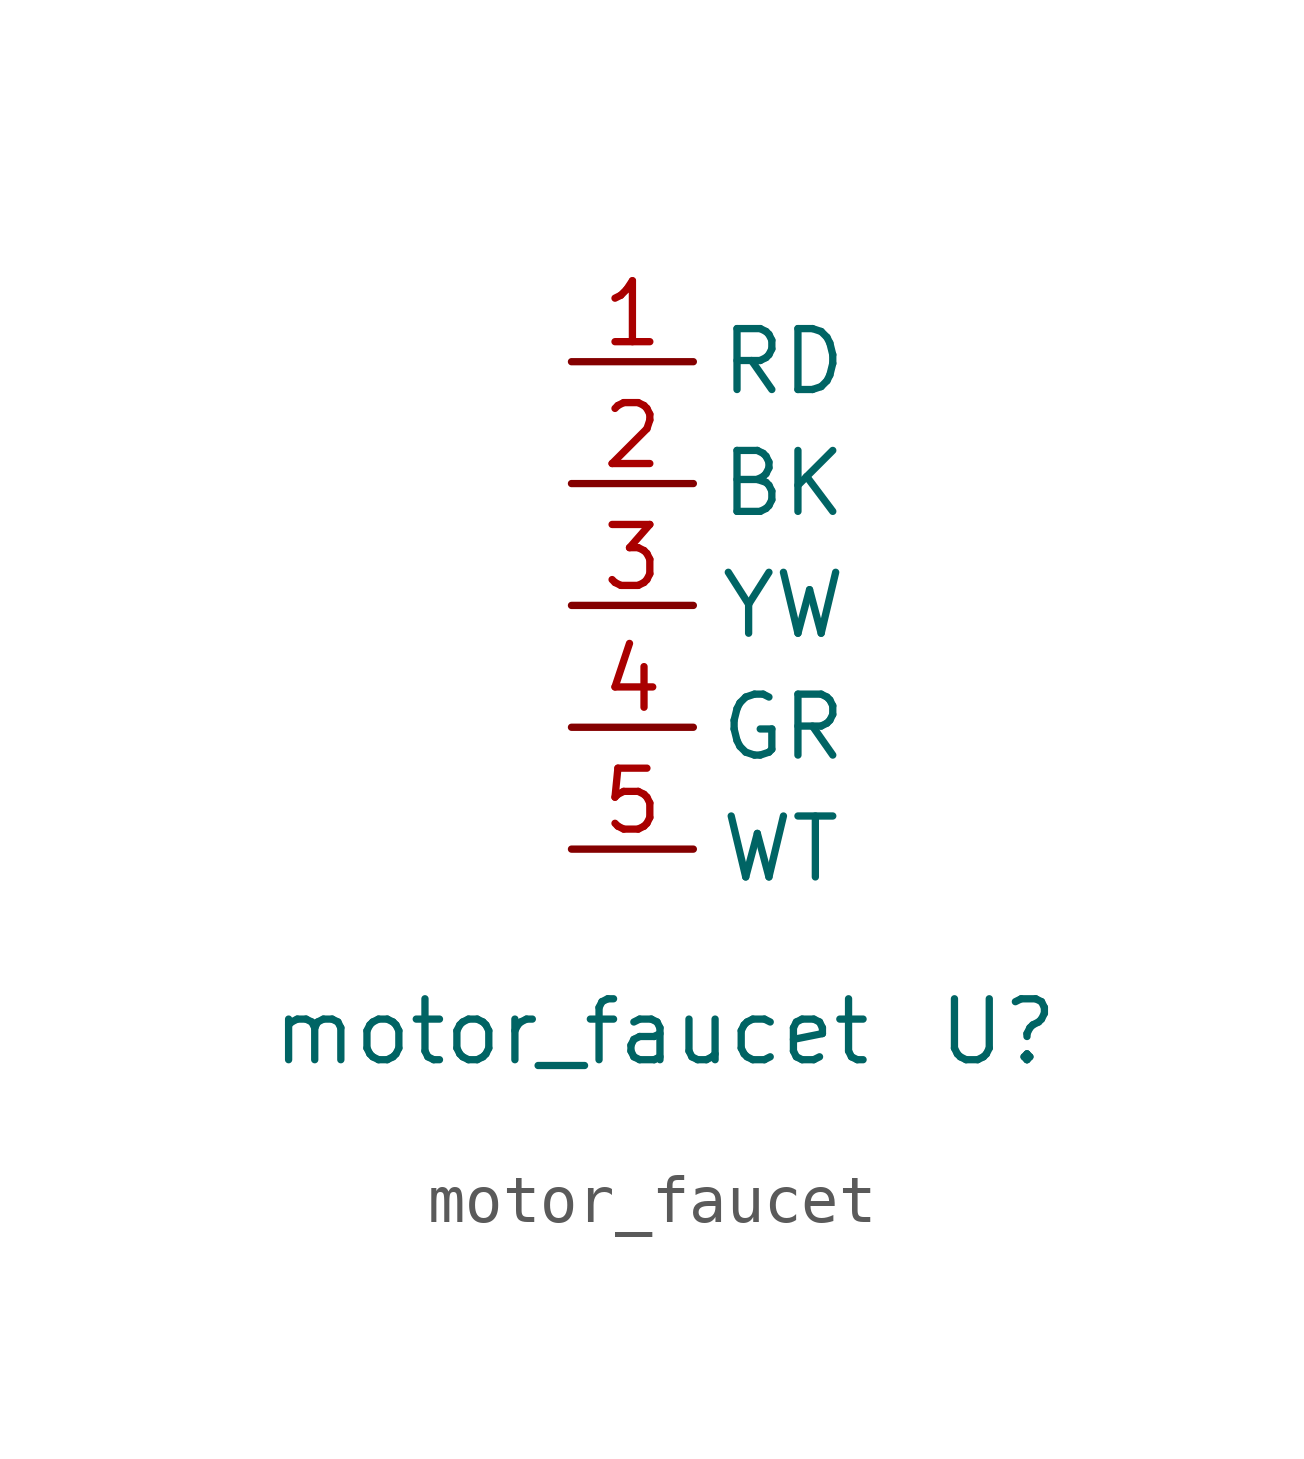
<source format=kicad_sym>
(kicad_symbol_lib
  (version 20211014)
  (generator kicad_symbol_editor)
  (symbol "motor_faucet"
    (property "Reference" "U"
      (at 8.89 -3.81 0)
      (effects (font (size 1.27 1.27))))
    (property "Value" "motor_faucet"
      (at 0 -3.81 0)
      (effects (font (size 1.27 1.27))))
    (symbol "motor_faucet_1_1"
      (pin input line (at 0 10.16 0) (length 2.54) (name "RD" (effects (font (size 1.27 1.27)))) (number "1" (effects (font (size 1.27 1.27)))))
      (pin input line (at 0 7.62 0) (length 2.54) (name "BK" (effects (font (size 1.27 1.27)))) (number "2" (effects (font (size 1.27 1.27)))))
      (pin input line (at 0 5.08 0) (length 2.54) (name "YW" (effects (font (size 1.27 1.27)))) (number "3" (effects (font (size 1.27 1.27)))))
      (pin input line (at 0 2.54 0) (length 2.54) (name "GR" (effects (font (size 1.27 1.27)))) (number "4" (effects (font (size 1.27 1.27)))))
      (pin input line (at 0 0 0) (length 2.54) (name "WT" (effects (font (size 1.27 1.27)))) (number "5" (effects (font (size 1.27 1.27))))))))
</source>
